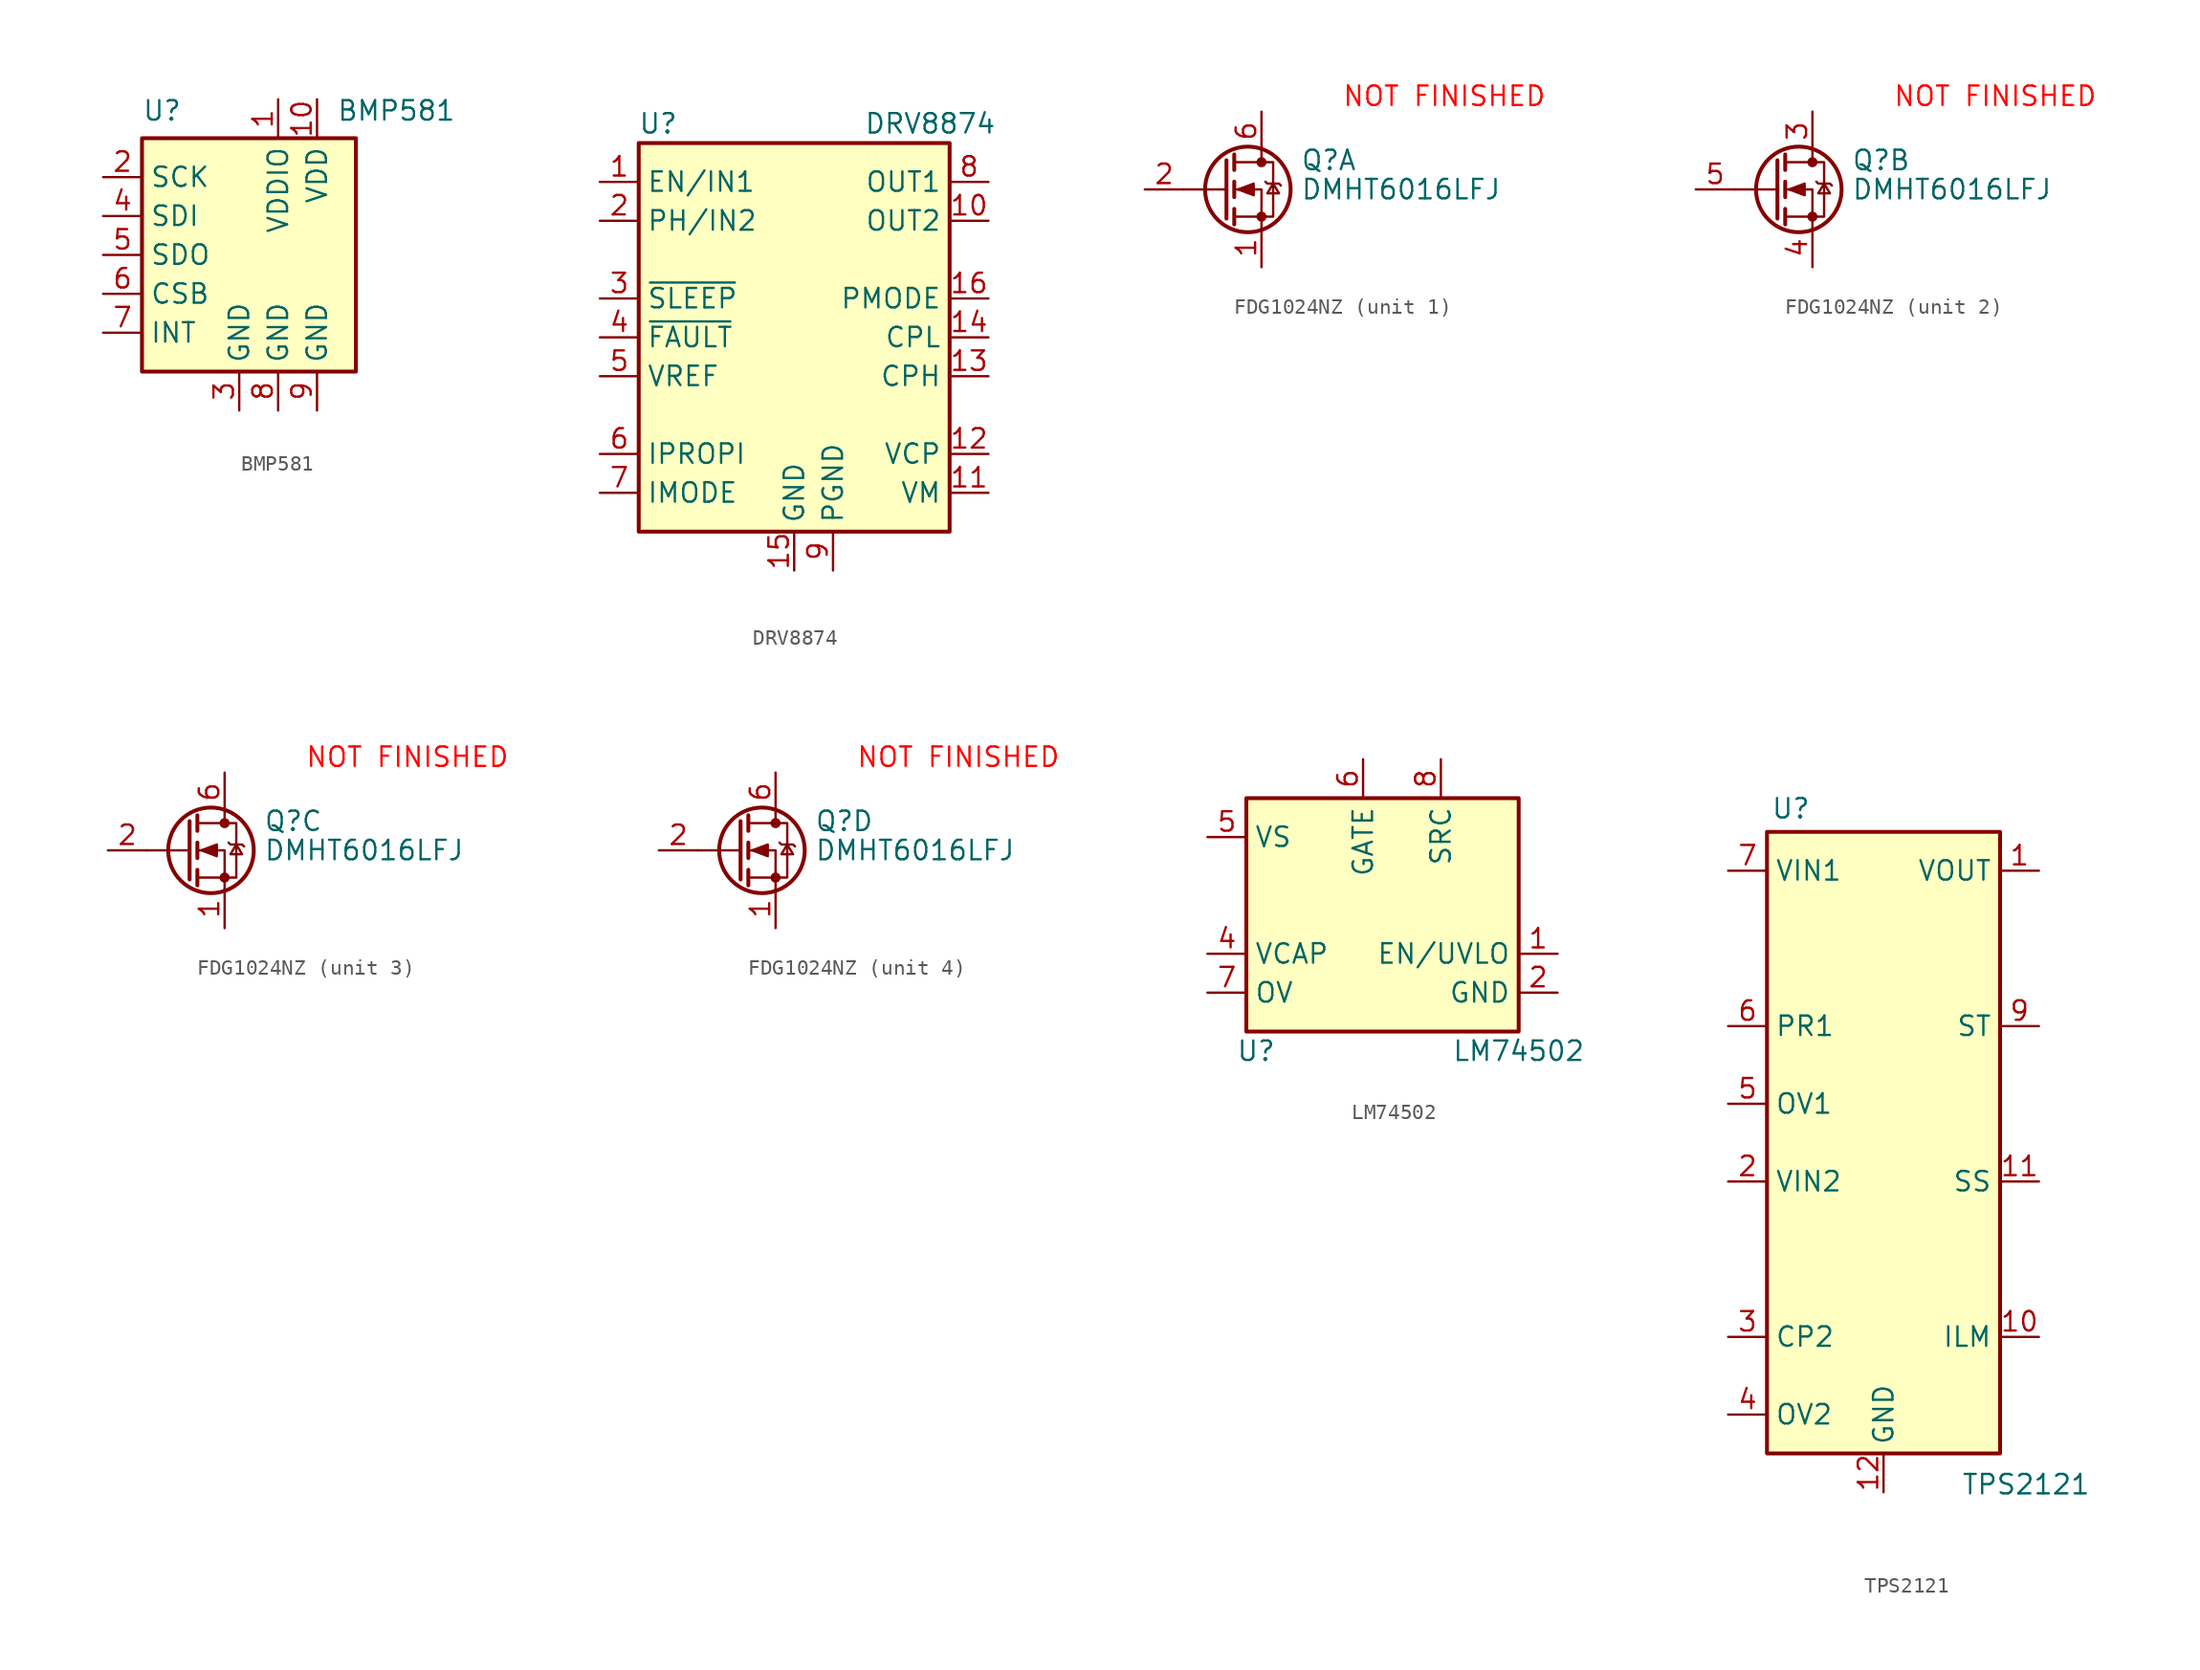
<source format=kicad_sym>
(kicad_symbol_lib
  (version 20241209)
  (generator "kicad_symbol_editor")
  (generator_version "9.0")
  (symbol "BMP581"
    (property "Reference" "U"
      (at -7.62 10.16 0)
      (effects (font (size 1.27 1.27)) (justify left top)))
    (property "Value" "BMP581"
      (at 5.08 10.16 0)
      (effects (font (size 1.27 1.27)) (justify left top)))
    (symbol "BMP581_0_1"
      (rectangle (start -7.62 7.62) (end 6.35 -7.62) (stroke (width 0.254) (type default)) (fill (type background))))
    (symbol "BMP581_1_1"
      (pin input line (at -10.16 5.08 0) (length 2.54) (name "SCK" (effects (font (size 1.27 1.27)))) (number "2" (effects (font (size 1.27 1.27)))))
      (pin bidirectional line (at -10.16 2.54 0) (length 2.54) (name "SDI" (effects (font (size 1.27 1.27)))) (number "4" (effects (font (size 1.27 1.27)))))
      (pin bidirectional line (at -10.16 0 0) (length 2.54) (name "SDO" (effects (font (size 1.27 1.27)))) (number "5" (effects (font (size 1.27 1.27)))))
      (pin input line (at -10.16 -2.54 0) (length 2.54) (name "CSB" (effects (font (size 1.27 1.27)))) (number "6" (effects (font (size 1.27 1.27)))))
      (pin output line (at -10.16 -5.08 0) (length 2.54) (name "INT" (effects (font (size 1.27 1.27)))) (number "7" (effects (font (size 1.27 1.27)))))
      (pin power_in line (at -1.27 -10.16 90) (length 2.54) (name "GND" (effects (font (size 1.27 1.27)))) (number "3" (effects (font (size 1.27 1.27)))))
      (pin power_in line (at 1.27 10.16 270) (length 2.54) (name "VDDIO" (effects (font (size 1.27 1.27)))) (number "1" (effects (font (size 1.27 1.27)))))
      (pin power_in line (at 1.27 -10.16 90) (length 2.54) (name "GND" (effects (font (size 1.27 1.27)))) (number "8" (effects (font (size 1.27 1.27)))))
      (pin power_in line (at 3.81 10.16 270) (length 2.54) (name "VDD" (effects (font (size 1.27 1.27)))) (number "10" (effects (font (size 1.27 1.27)))))
      (pin power_in line (at 3.81 -10.16 90) (length 2.54) (name "GND" (effects (font (size 1.27 1.27)))) (number "9" (effects (font (size 1.27 1.27)))))))
  (symbol "DRV8874"
    (property "Reference" "U"
      (at -8.89 13.97 0)
      (effects (font (size 1.27 1.27))))
    (property "Value" "DRV8874"
      (at 8.89 13.97 0)
      (effects (font (size 1.27 1.27))))
    (symbol "DRV8874_0_1"
      (rectangle (start -10.16 -12.7) (end 10.16 12.7) (stroke (width 0.254) (type default)) (fill (type background))))
    (symbol "DRV8874_1_1"
      (pin input line (at -12.7 10.16 0) (length 2.54) (name "EN/IN1" (effects (font (size 1.27 1.27)))) (number "1" (effects (font (size 1.27 1.27)))))
      (pin input line (at -12.7 7.62 0) (length 2.54) (name "PH/IN2" (effects (font (size 1.27 1.27)))) (number "2" (effects (font (size 1.27 1.27)))))
      (pin input line (at -12.7 2.54 0) (length 2.54) (name "~{SLEEP}" (effects (font (size 1.27 1.27)))) (number "3" (effects (font (size 1.27 1.27)))))
      (pin open_collector line (at -12.7 0 0) (length 2.54) (name "~{FAULT}" (effects (font (size 1.27 1.27)))) (number "4" (effects (font (size 1.27 1.27)))))
      (pin input line (at -12.7 -2.54 0) (length 2.54) (name "VREF" (effects (font (size 1.27 1.27)))) (number "5" (effects (font (size 1.27 1.27)))))
      (pin output line (at -12.7 -7.62 0) (length 2.54) (name "IPROPI" (effects (font (size 1.27 1.27)))) (number "6" (effects (font (size 1.27 1.27)))))
      (pin input line (at -12.7 -10.16 0) (length 2.54) (name "IMODE" (effects (font (size 1.27 1.27)))) (number "7" (effects (font (size 1.27 1.27)))))
      (pin power_in line (at 0 -15.24 90) (length 2.54) (name "GND" (effects (font (size 1.27 1.27)))) (number "15" (effects (font (size 1.27 1.27)))))
      (pin power_in line (at 2.54 -15.24 90) (length 2.54) (name "PGND" (effects (font (size 1.27 1.27)))) (number "9" (effects (font (size 1.27 1.27)))))
      (pin output line (at 12.7 10.16 180) (length 2.54) (name "OUT1" (effects (font (size 1.27 1.27)))) (number "8" (effects (font (size 1.27 1.27)))))
      (pin output line (at 12.7 7.62 180) (length 2.54) (name "OUT2" (effects (font (size 1.27 1.27)))) (number "10" (effects (font (size 1.27 1.27)))))
      (pin input line (at 12.7 2.54 180) (length 2.54) (name "PMODE" (effects (font (size 1.27 1.27)))) (number "16" (effects (font (size 1.27 1.27)))))
      (pin output line (at 12.7 0 180) (length 2.54) (name "CPL" (effects (font (size 1.27 1.27)))) (number "14" (effects (font (size 1.27 1.27)))))
      (pin output line (at 12.7 -2.54 180) (length 2.54) (name "CPH" (effects (font (size 1.27 1.27)))) (number "13" (effects (font (size 1.27 1.27)))))
      (pin passive line (at 12.7 -7.62 180) (length 2.54) (name "VCP" (effects (font (size 1.27 1.27)))) (number "12" (effects (font (size 1.27 1.27)))))
      (pin passive line (at 12.7 -10.16 180) (length 2.54) (name "VM" (effects (font (size 1.27 1.27)))) (number "11" (effects (font (size 1.27 1.27)))))))
  (symbol "FDG1024NZ"
    (pin_names
      (hide yes))
    (property "Reference" "Q"
      (at 5.08 1.905 0)
      (effects (font (size 1.27 1.27)) (justify left)))
    (property "Value" "DMHT6016LFJ"
      (at 5.08 0 0)
      (effects (font (size 1.27 1.27)) (justify left)))
    (symbol "FDG1024NZ_0_1"
      (polyline (pts (xy 0.254 1.905) (xy 0.254 -1.905)) (stroke (width 0.254) (type default)) (fill (type none)))
      (polyline (pts (xy 0.254 0) (xy -2.54 0)) (stroke (width 0) (type default)) (fill (type none)))
      (polyline (pts (xy 0.762 2.286) (xy 0.762 1.27)) (stroke (width 0.254) (type default)) (fill (type none)))
      (polyline (pts (xy 0.762 0.508) (xy 0.762 -0.508)) (stroke (width 0.254) (type default)) (fill (type none)))
      (polyline (pts (xy 0.762 -1.27) (xy 0.762 -2.286)) (stroke (width 0.254) (type default)) (fill (type none)))
      (polyline (pts (xy 0.762 -1.778) (xy 3.302 -1.778) (xy 3.302 1.778) (xy 0.762 1.778)) (stroke (width 0) (type default)) (fill (type none)))
      (polyline (pts (xy 1.016 0) (xy 2.032 0.381) (xy 2.032 -0.381) (xy 1.016 0)) (stroke (width 0) (type default)) (fill (type outline)))
      (circle (center 1.651 0) (radius 2.794) (stroke (width 0.254) (type default)) (fill (type none)))
      (polyline (pts (xy 2.54 2.54) (xy 2.54 1.778)) (stroke (width 0) (type default)) (fill (type none)))
      (circle (center 2.54 1.778) (radius 0.254) (stroke (width 0) (type default)) (fill (type outline)))
      (circle (center 2.54 -1.778) (radius 0.254) (stroke (width 0) (type default)) (fill (type outline)))
      (polyline (pts (xy 2.54 -2.54) (xy 2.54 0) (xy 0.762 0)) (stroke (width 0) (type default)) (fill (type none)))
      (polyline (pts (xy 2.794 0.508) (xy 2.921 0.381) (xy 3.683 0.381) (xy 3.81 0.254)) (stroke (width 0) (type default)) (fill (type none)))
      (polyline (pts (xy 3.302 0.381) (xy 2.921 -0.254) (xy 3.683 -0.254) (xy 3.302 0.381)) (stroke (width 0) (type default)) (fill (type none)))
      (text "NOT FINISHED" (at 14.478 6.096 0) (effects (font (size 1.27 1.27) (color 255 0 0 1)))))
    (symbol "FDG1024NZ_1_1"
      (pin passive line (at -5.08 0 0) (length 2.54) (name "G" (effects (font (size 1.27 1.27)))) (number "2" (effects (font (size 1.27 1.27)))))
      (pin passive line (at 2.54 5.08 270) (length 2.54) (name "D" (effects (font (size 1.27 1.27)))) (number "6" (effects (font (size 1.27 1.27)))))
      (pin passive line (at 2.54 -5.08 90) (length 2.54) (name "S" (effects (font (size 1.27 1.27)))) (number "1" (effects (font (size 1.27 1.27))))))
    (symbol "FDG1024NZ_2_1"
      (pin passive line (at -5.08 0 0) (length 2.54) (name "G" (effects (font (size 1.27 1.27)))) (number "5" (effects (font (size 1.27 1.27)))))
      (pin passive line (at 2.54 5.08 270) (length 2.54) (name "D" (effects (font (size 1.27 1.27)))) (number "3" (effects (font (size 1.27 1.27)))))
      (pin passive line (at 2.54 -5.08 90) (length 2.54) (name "S" (effects (font (size 1.27 1.27)))) (number "4" (effects (font (size 1.27 1.27))))))
    (symbol "FDG1024NZ_3_1"
      (pin passive line (at -5.08 0 0) (length 2.54) (name "G" (effects (font (size 1.27 1.27)))) (number "2" (effects (font (size 1.27 1.27)))))
      (pin passive line (at 2.54 5.08 270) (length 2.54) (name "D" (effects (font (size 1.27 1.27)))) (number "6" (effects (font (size 1.27 1.27)))))
      (pin passive line (at 2.54 -5.08 90) (length 2.54) (name "S" (effects (font (size 1.27 1.27)))) (number "1" (effects (font (size 1.27 1.27))))))
    (symbol "FDG1024NZ_4_1"
      (pin passive line (at -5.08 0 0) (length 2.54) (name "G" (effects (font (size 1.27 1.27)))) (number "2" (effects (font (size 1.27 1.27)))))
      (pin passive line (at 2.54 5.08 270) (length 2.54) (name "D" (effects (font (size 1.27 1.27)))) (number "6" (effects (font (size 1.27 1.27)))))
      (pin passive line (at 2.54 -5.08 90) (length 2.54) (name "S" (effects (font (size 1.27 1.27)))) (number "1" (effects (font (size 1.27 1.27)))))))
  (symbol "LM74502"
    (property "Reference" "U"
      (at -8.255 -8.89 0)
      (effects (font (size 1.27 1.27))))
    (property "Value" "LM74502"
      (at 8.89 -8.89 0)
      (effects (font (size 1.27 1.27))))
    (symbol "LM74502_0_1"
      (rectangle (start -8.89 7.62) (end 8.89 -7.62) (stroke (width 0.254) (type default)) (fill (type background))))
    (symbol "LM74502_1_1"
      (pin power_in line (at -11.43 5.08 0) (length 2.54) (name "VS" (effects (font (size 1.27 1.27)))) (number "5" (effects (font (size 1.27 1.27)))))
      (pin power_out line (at -11.43 -2.54 0) (length 2.54) (name "VCAP" (effects (font (size 1.27 1.27)))) (number "4" (effects (font (size 1.27 1.27)))))
      (pin input line (at -11.43 -5.08 0) (length 2.54) (name "OV" (effects (font (size 1.27 1.27)))) (number "7" (effects (font (size 1.27 1.27)))))
      (pin output line (at -1.27 10.16 270) (length 2.54) (name "GATE" (effects (font (size 1.27 1.27)))) (number "6" (effects (font (size 1.27 1.27)))))
      (pin input line (at 3.81 10.16 270) (length 2.54) (name "SRC" (effects (font (size 1.27 1.27)))) (number "8" (effects (font (size 1.27 1.27)))))
      (pin input line (at 11.43 -2.54 180) (length 2.54) (name "EN/UVLO" (effects (font (size 1.27 1.27)))) (number "1" (effects (font (size 1.27 1.27)))))
      (pin power_in line (at 11.43 -5.08 180) (length 2.54) (name "GND" (effects (font (size 1.27 1.27)))) (number "2" (effects (font (size 1.27 1.27)))))))
  (symbol "TPS2121"
    (property "Reference" "U"
      (at -7.366 21.844 0)
      (effects (font (size 1.27 1.27)) (justify left)))
    (property "Value" "TPS2121"
      (at 5.08 -22.352 0)
      (effects (font (size 1.27 1.27)) (justify left)))
    (symbol "TPS2121_0_1"
      (rectangle (start -7.62 20.32) (end 7.62 -20.32) (stroke (width 0.254) (type default)) (fill (type background))))
    (symbol "TPS2121_1_0"
      (pin power_out line (at 10.16 17.78 180) (length 2.54) (hide yes) (name "VOUT" (effects (font (size 1.27 1.27)))) (number "8" (effects (font (size 1.27 1.27))))))
    (symbol "TPS2121_1_1"
      (pin power_in line (at -10.16 17.78 0) (length 2.54) (name "VIN1" (effects (font (size 1.27 1.27)))) (number "7" (effects (font (size 1.27 1.27)))))
      (pin input line (at -10.16 7.62 0) (length 2.54) (name "PR1" (effects (font (size 1.27 1.27)))) (number "6" (effects (font (size 1.27 1.27)))))
      (pin input line (at -10.16 2.54 0) (length 2.54) (name "OV1" (effects (font (size 1.27 1.27)))) (number "5" (effects (font (size 1.27 1.27)))))
      (pin power_in line (at -10.16 -2.54 0) (length 2.54) (name "VIN2" (effects (font (size 1.27 1.27)))) (number "2" (effects (font (size 1.27 1.27)))))
      (pin input line (at -10.16 -12.7 0) (length 2.54) (name "CP2" (effects (font (size 1.27 1.27)))) (number "3" (effects (font (size 1.27 1.27)))))
      (pin input line (at -10.16 -17.78 0) (length 2.54) (name "OV2" (effects (font (size 1.27 1.27)))) (number "4" (effects (font (size 1.27 1.27)))))
      (pin power_in line (at 0 -22.86 90) (length 2.54) (name "GND" (effects (font (size 1.27 1.27)))) (number "12" (effects (font (size 1.27 1.27)))))
      (pin power_out line (at 10.16 17.78 180) (length 2.54) (name "VOUT" (effects (font (size 1.27 1.27)))) (number "1" (effects (font (size 1.27 1.27)))))
      (pin open_collector line (at 10.16 7.62 180) (length 2.54) (name "ST" (effects (font (size 1.27 1.27)))) (number "9" (effects (font (size 1.27 1.27)))))
      (pin bidirectional line (at 10.16 -2.54 180) (length 2.54) (name "SS" (effects (font (size 1.27 1.27)))) (number "11" (effects (font (size 1.27 1.27)))))
      (pin bidirectional line (at 10.16 -12.7 180) (length 2.54) (name "ILM" (effects (font (size 1.27 1.27)))) (number "10" (effects (font (size 1.27 1.27))))))))
</source>
